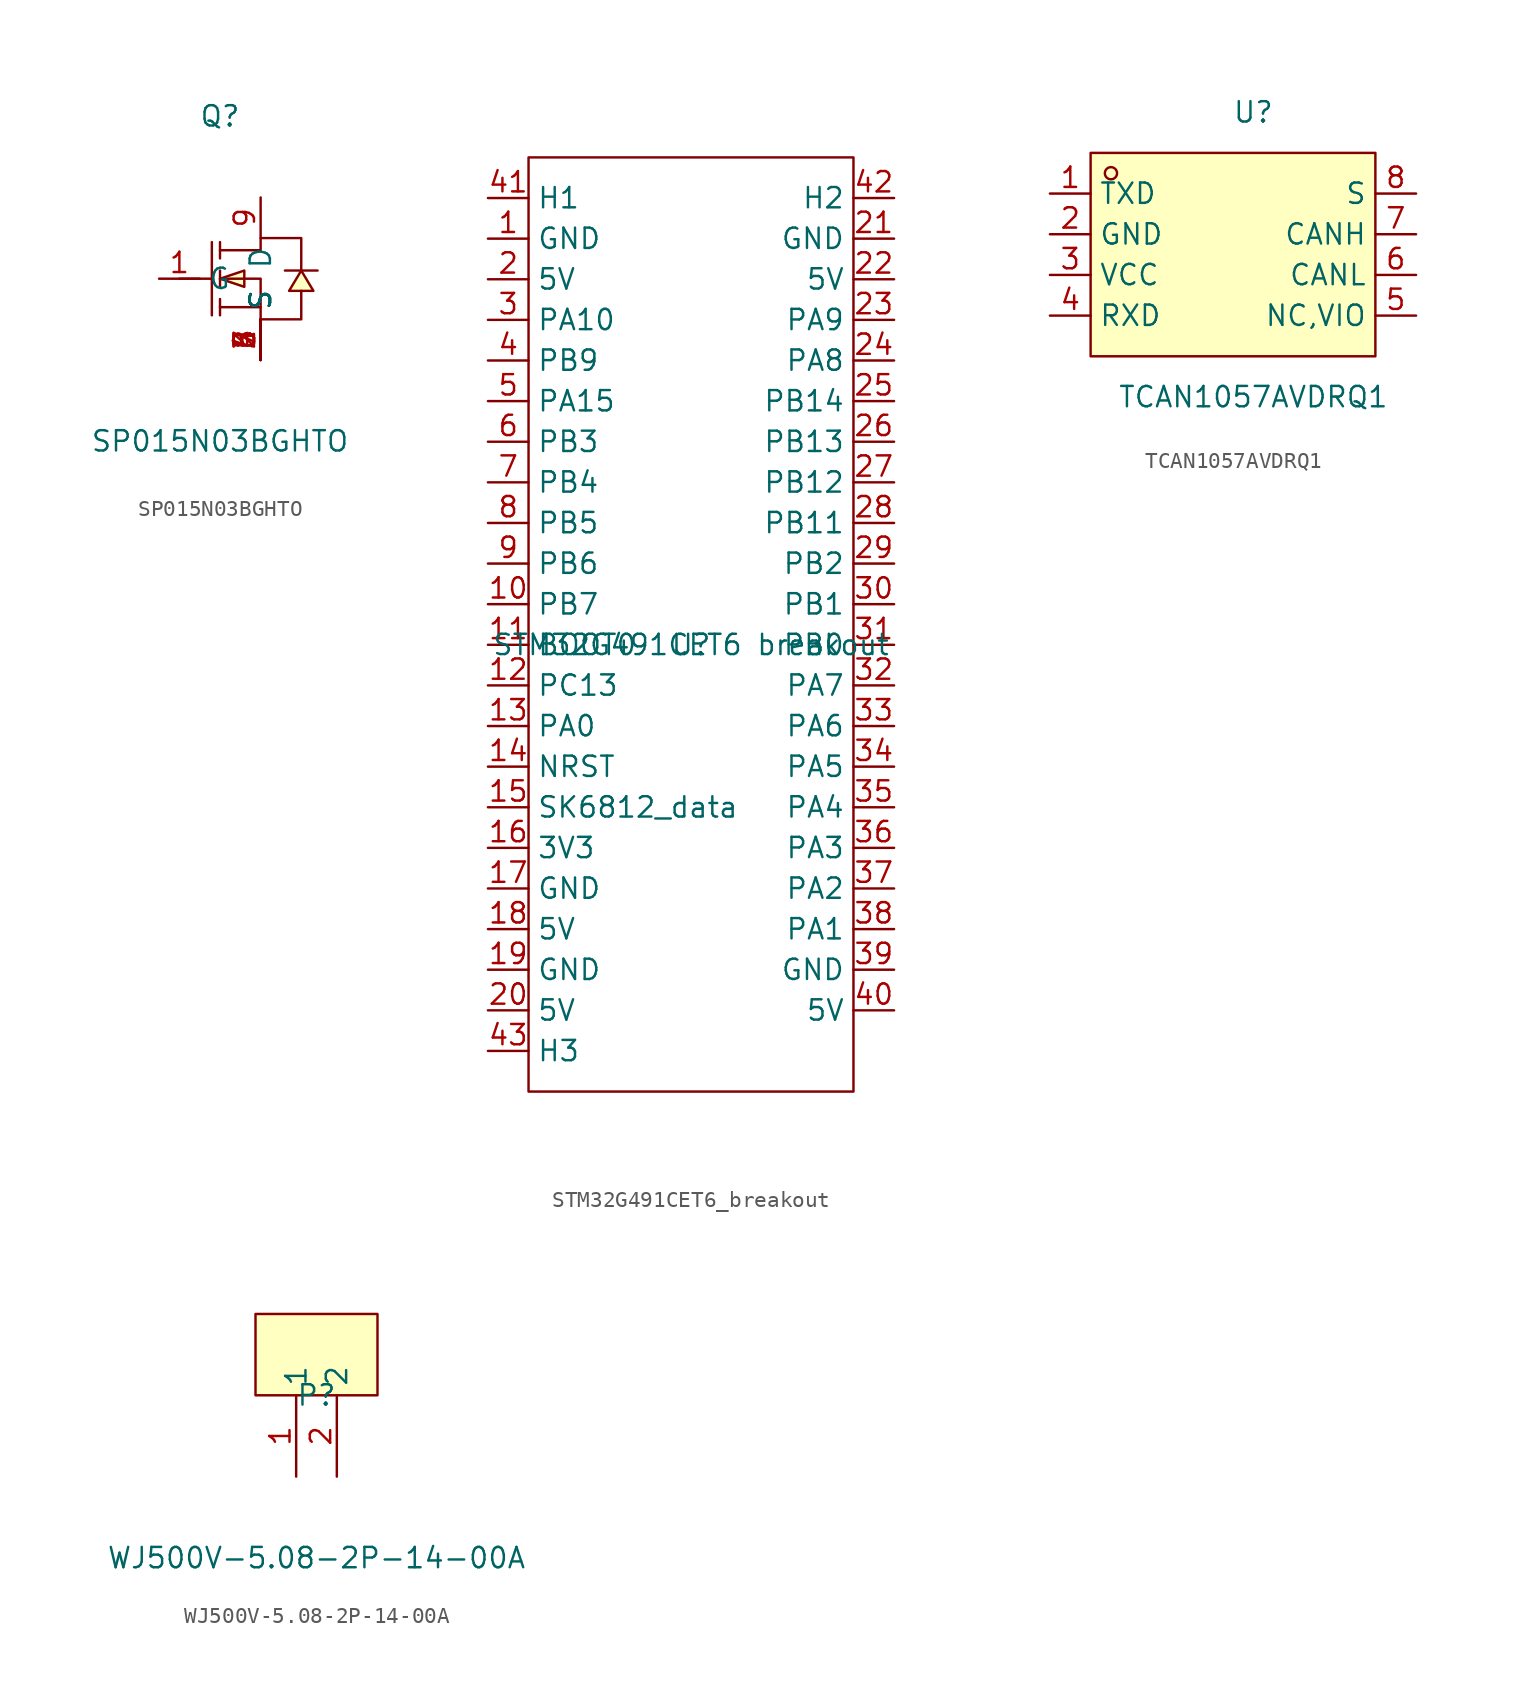
<source format=kicad_sym>
(kicad_symbol_lib
  (version 20241209)
  (generator "kicad_symbol_editor")
  (generator_version "9.0")
  (symbol "SP015N03BGHTO"
    (property "Reference" "Q"
      (at 0 10.16 0)
      (effects (font (size 1.27 1.27))))
    (property "Value" "SP015N03BGHTO"
      (at 0 -10.16 0)
      (effects (font (size 1.27 1.27))))
    (symbol "SP015N03BGHTO_0_1"
      (polyline (pts (xy -2.54 0) (xy -0.51 0)) (stroke (width 0) (type default)) (fill (type none)))
      (polyline (pts (xy -0.51 2.29) (xy -0.51 -2.29)) (stroke (width 0) (type default)) (fill (type none)))
      (polyline (pts (xy 0 2.29) (xy 0 1.27)) (stroke (width 0) (type default)) (fill (type none)))
      (polyline (pts (xy 0 1.78) (xy 2.54 1.78) (xy 2.54 2.54) (xy 5.08 2.54) (xy 5.08 0.51)) (stroke (width 0) (type default)) (fill (type none)))
      (polyline (pts (xy 0 0) (xy 1.52 -0.51) (xy 1.52 0.51) (xy 0 0)) (stroke (width 0) (type default)) (fill (type background)))
      (polyline (pts (xy 0 0) (xy 2.54 0) (xy 2.54 -2.54) (xy 5.08 -2.54) (xy 5.08 -0.76)) (stroke (width 0) (type default)) (fill (type none)))
      (polyline (pts (xy 0 -0.51) (xy 0 0.51)) (stroke (width 0) (type default)) (fill (type none)))
      (polyline (pts (xy 0 -2.29) (xy 0 -1.27)) (stroke (width 0) (type default)) (fill (type none)))
      (polyline (pts (xy 2.54 -1.78) (xy 0 -1.78)) (stroke (width 0) (type default)) (fill (type none)))
      (polyline (pts (xy 5.08 0.51) (xy 4.32 -0.76) (xy 5.84 -0.76) (xy 5.08 0.51)) (stroke (width 0) (type default)) (fill (type background)))
      (polyline (pts (xy 6.1 0.51) (xy 5.59 0.51) (xy 4.57 0.51) (xy 4.06 0.51)) (stroke (width 0) (type default)) (fill (type none)))
      (pin passive line (at 2.54 -5.08 90) (length 2.54) (name "S" (effects (font (size 1.27 1.27)))) (number "3" (effects (font (size 1.27 1.27)))))
      (pin passive line (at 2.54 -5.08 90) (length 2.54) (name "S" (effects (font (size 1.27 1.27)))) (number "4" (effects (font (size 1.27 1.27)))))
      (pin passive line (at 2.54 -5.08 90) (length 2.54) (name "S" (effects (font (size 1.27 1.27)))) (number "5" (effects (font (size 1.27 1.27)))))
      (pin passive line (at 2.54 -5.08 90) (length 2.54) (name "S" (effects (font (size 1.27 1.27)))) (number "6" (effects (font (size 1.27 1.27)))))
      (pin passive line (at 2.54 -5.08 90) (length 2.54) (name "S" (effects (font (size 1.27 1.27)))) (number "7" (effects (font (size 1.27 1.27)))))
      (pin passive line (at 2.54 -5.08 90) (length 2.54) (name "S" (effects (font (size 1.27 1.27)))) (number "8" (effects (font (size 1.27 1.27))))))
    (symbol "SP015N03BGHTO_1_1"
      (pin input line (at -3.81 0 0) (length 2.54) (name "G" (effects (font (size 1.27 1.27)))) (number "1" (effects (font (size 1.27 1.27)))))
      (pin passive line (at 2.54 5.08 270) (length 2.54) (name "D" (effects (font (size 1.27 1.27)))) (number "9" (effects (font (size 1.27 1.27)))))
      (pin passive line (at 2.54 -5.08 90) (length 2.54) (name "S" (effects (font (size 1.27 1.27)))) (number "2" (effects (font (size 1.27 1.27)))))))
  (symbol "STM32G491CET6_breakout"
    (property "Reference" "U"
      (at 0 0 0)
      (effects (font (size 1.27 1.27))))
    (property "Value" "STM32G491CET6 breakout"
      (at 0 0 0)
      (effects (font (size 1.27 1.27))))
    (symbol "STM32G491CET6_breakout_0_1"
      (rectangle (start -10.16 30.48) (end 10.16 -27.94) (stroke (width 0) (type default)) (fill (type none))))
    (symbol "STM32G491CET6_breakout_1_1"
      (pin passive line (at -12.7 27.94 0) (length 2.54) (name "H1" (effects (font (size 1.27 1.27)))) (number "41" (effects (font (size 1.27 1.27)))))
      (pin power_in line (at -12.7 25.4 0) (length 2.54) (name "GND" (effects (font (size 1.27 1.27)))) (number "1" (effects (font (size 1.27 1.27)))))
      (pin power_in line (at -12.7 22.86 0) (length 2.54) (name "5V" (effects (font (size 1.27 1.27)))) (number "2" (effects (font (size 1.27 1.27)))))
      (pin bidirectional line (at -12.7 20.32 0) (length 2.54) (name "PA10" (effects (font (size 1.27 1.27)))) (number "3" (effects (font (size 1.27 1.27)))))
      (pin bidirectional line (at -12.7 17.78 0) (length 2.54) (name "PB9" (effects (font (size 1.27 1.27)))) (number "4" (effects (font (size 1.27 1.27)))))
      (pin bidirectional line (at -12.7 15.24 0) (length 2.54) (name "PA15" (effects (font (size 1.27 1.27)))) (number "5" (effects (font (size 1.27 1.27)))))
      (pin bidirectional line (at -12.7 12.7 0) (length 2.54) (name "PB3" (effects (font (size 1.27 1.27)))) (number "6" (effects (font (size 1.27 1.27)))))
      (pin bidirectional line (at -12.7 10.16 0) (length 2.54) (name "PB4" (effects (font (size 1.27 1.27)))) (number "7" (effects (font (size 1.27 1.27)))))
      (pin bidirectional line (at -12.7 7.62 0) (length 2.54) (name "PB5" (effects (font (size 1.27 1.27)))) (number "8" (effects (font (size 1.27 1.27)))))
      (pin bidirectional line (at -12.7 5.08 0) (length 2.54) (name "PB6" (effects (font (size 1.27 1.27)))) (number "9" (effects (font (size 1.27 1.27)))))
      (pin bidirectional line (at -12.7 2.54 0) (length 2.54) (name "PB7" (effects (font (size 1.27 1.27)))) (number "10" (effects (font (size 1.27 1.27)))))
      (pin input line (at -12.7 0 0) (length 2.54) (name "BOOT0" (effects (font (size 1.27 1.27)))) (number "11" (effects (font (size 1.27 1.27)))))
      (pin bidirectional line (at -12.7 -2.54 0) (length 2.54) (name "PC13" (effects (font (size 1.27 1.27)))) (number "12" (effects (font (size 1.27 1.27)))))
      (pin bidirectional line (at -12.7 -5.08 0) (length 2.54) (name "PA0" (effects (font (size 1.27 1.27)))) (number "13" (effects (font (size 1.27 1.27)))))
      (pin input line (at -12.7 -7.62 0) (length 2.54) (name "NRST" (effects (font (size 1.27 1.27)))) (number "14" (effects (font (size 1.27 1.27)))))
      (pin bidirectional line (at -12.7 -10.16 0) (length 2.54) (name "SK6812_data" (effects (font (size 1.27 1.27)))) (number "15" (effects (font (size 1.27 1.27)))))
      (pin power_in line (at -12.7 -12.7 0) (length 2.54) (name "3V3" (effects (font (size 1.27 1.27)))) (number "16" (effects (font (size 1.27 1.27)))))
      (pin power_in line (at -12.7 -15.24 0) (length 2.54) (name "GND" (effects (font (size 1.27 1.27)))) (number "17" (effects (font (size 1.27 1.27)))))
      (pin power_in line (at -12.7 -17.78 0) (length 2.54) (name "5V" (effects (font (size 1.27 1.27)))) (number "18" (effects (font (size 1.27 1.27)))))
      (pin power_in line (at -12.7 -20.32 0) (length 2.54) (name "GND" (effects (font (size 1.27 1.27)))) (number "19" (effects (font (size 1.27 1.27)))))
      (pin power_in line (at -12.7 -22.86 0) (length 2.54) (name "5V" (effects (font (size 1.27 1.27)))) (number "20" (effects (font (size 1.27 1.27)))))
      (pin passive line (at -12.7 -25.4 0) (length 2.54) (name "H3" (effects (font (size 1.27 1.27)))) (number "43" (effects (font (size 1.27 1.27)))))
      (pin passive line (at 12.7 27.94 180) (length 2.54) (name "H2" (effects (font (size 1.27 1.27)))) (number "42" (effects (font (size 1.27 1.27)))))
      (pin power_in line (at 12.7 25.4 180) (length 2.54) (name "GND" (effects (font (size 1.27 1.27)))) (number "21" (effects (font (size 1.27 1.27)))))
      (pin power_in line (at 12.7 22.86 180) (length 2.54) (name "5V" (effects (font (size 1.27 1.27)))) (number "22" (effects (font (size 1.27 1.27)))))
      (pin bidirectional line (at 12.7 20.32 180) (length 2.54) (name "PA9" (effects (font (size 1.27 1.27)))) (number "23" (effects (font (size 1.27 1.27)))))
      (pin bidirectional line (at 12.7 17.78 180) (length 2.54) (name "PA8" (effects (font (size 1.27 1.27)))) (number "24" (effects (font (size 1.27 1.27)))))
      (pin bidirectional line (at 12.7 15.24 180) (length 2.54) (name "PB14" (effects (font (size 1.27 1.27)))) (number "25" (effects (font (size 1.27 1.27)))))
      (pin bidirectional line (at 12.7 12.7 180) (length 2.54) (name "PB13" (effects (font (size 1.27 1.27)))) (number "26" (effects (font (size 1.27 1.27)))))
      (pin bidirectional line (at 12.7 10.16 180) (length 2.54) (name "PB12" (effects (font (size 1.27 1.27)))) (number "27" (effects (font (size 1.27 1.27)))))
      (pin bidirectional line (at 12.7 7.62 180) (length 2.54) (name "PB11" (effects (font (size 1.27 1.27)))) (number "28" (effects (font (size 1.27 1.27)))))
      (pin bidirectional line (at 12.7 5.08 180) (length 2.54) (name "PB2" (effects (font (size 1.27 1.27)))) (number "29" (effects (font (size 1.27 1.27)))))
      (pin bidirectional line (at 12.7 2.54 180) (length 2.54) (name "PB1" (effects (font (size 1.27 1.27)))) (number "30" (effects (font (size 1.27 1.27)))))
      (pin bidirectional line (at 12.7 0 180) (length 2.54) (name "PB0" (effects (font (size 1.27 1.27)))) (number "31" (effects (font (size 1.27 1.27)))))
      (pin bidirectional line (at 12.7 -2.54 180) (length 2.54) (name "PA7" (effects (font (size 1.27 1.27)))) (number "32" (effects (font (size 1.27 1.27)))))
      (pin bidirectional line (at 12.7 -5.08 180) (length 2.54) (name "PA6" (effects (font (size 1.27 1.27)))) (number "33" (effects (font (size 1.27 1.27)))))
      (pin bidirectional line (at 12.7 -7.62 180) (length 2.54) (name "PA5" (effects (font (size 1.27 1.27)))) (number "34" (effects (font (size 1.27 1.27)))))
      (pin bidirectional line (at 12.7 -10.16 180) (length 2.54) (name "PA4" (effects (font (size 1.27 1.27)))) (number "35" (effects (font (size 1.27 1.27)))))
      (pin bidirectional line (at 12.7 -12.7 180) (length 2.54) (name "PA3" (effects (font (size 1.27 1.27)))) (number "36" (effects (font (size 1.27 1.27)))))
      (pin bidirectional line (at 12.7 -15.24 180) (length 2.54) (name "PA2" (effects (font (size 1.27 1.27)))) (number "37" (effects (font (size 1.27 1.27)))))
      (pin bidirectional line (at 12.7 -17.78 180) (length 2.54) (name "PA1" (effects (font (size 1.27 1.27)))) (number "38" (effects (font (size 1.27 1.27)))))
      (pin power_in line (at 12.7 -20.32 180) (length 2.54) (name "GND" (effects (font (size 1.27 1.27)))) (number "39" (effects (font (size 1.27 1.27)))))
      (pin power_in line (at 12.7 -22.86 180) (length 2.54) (name "5V" (effects (font (size 1.27 1.27)))) (number "40" (effects (font (size 1.27 1.27)))))))
  (symbol "TCAN1057AVDRQ1"
    (property "Reference" "U"
      (at 0 10.16 0)
      (effects (font (size 1.27 1.27))))
    (property "Value" "TCAN1057AVDRQ1"
      (at 0 -7.62 0)
      (effects (font (size 1.27 1.27))))
    (symbol "TCAN1057AVDRQ1_0_1"
      (rectangle (start -10.16 7.62) (end 7.62 -5.08) (stroke (width 0) (type default)) (fill (type background)))
      (circle (center -8.89 6.35) (radius 0.38) (stroke (width 0) (type default)) (fill (type none))))
    (symbol "TCAN1057AVDRQ1_1_1"
      (pin input line (at -12.7 5.08 0) (length 2.54) (name "TXD" (effects (font (size 1.27 1.27)))) (number "1" (effects (font (size 1.27 1.27)))))
      (pin power_in line (at -12.7 2.54 0) (length 2.54) (name "GND" (effects (font (size 1.27 1.27)))) (number "2" (effects (font (size 1.27 1.27)))))
      (pin power_in line (at -12.7 0 0) (length 2.54) (name "VCC" (effects (font (size 1.27 1.27)))) (number "3" (effects (font (size 1.27 1.27)))))
      (pin output line (at -12.7 -2.54 0) (length 2.54) (name "RXD" (effects (font (size 1.27 1.27)))) (number "4" (effects (font (size 1.27 1.27)))))
      (pin input line (at 10.16 5.08 180) (length 2.54) (name "S" (effects (font (size 1.27 1.27)))) (number "8" (effects (font (size 1.27 1.27)))))
      (pin bidirectional line (at 10.16 2.54 180) (length 2.54) (name "CANH" (effects (font (size 1.27 1.27)))) (number "7" (effects (font (size 1.27 1.27)))))
      (pin bidirectional line (at 10.16 0 180) (length 2.54) (name "CANL" (effects (font (size 1.27 1.27)))) (number "6" (effects (font (size 1.27 1.27)))))
      (pin power_in line (at 10.16 -2.54 180) (length 2.54) (name "NC,VIO" (effects (font (size 1.27 1.27)))) (number "5" (effects (font (size 1.27 1.27)))))))
  (symbol "WJ500V-5.08-2P-14-00A"
    (property "Reference" "P"
      (at 0 0 0)
      (effects (font (size 1.27 1.27))))
    (property "Value" "WJ500V-5.08-2P-14-00A"
      (at 0 -10.16 0)
      (effects (font (size 1.27 1.27))))
    (symbol "WJ500V-5.08-2P-14-00A_0_1"
      (rectangle (start -3.81 5.08) (end 3.81 0) (stroke (width 0) (type default)) (fill (type background))))
    (symbol "WJ500V-5.08-2P-14-00A_1_1"
      (pin passive line (at -1.27 -5.08 90) (length 5.08) (name "1" (effects (font (size 1.27 1.27)))) (number "1" (effects (font (size 1.27 1.27)))))
      (pin passive line (at 1.27 -5.08 90) (length 5.08) (name "2" (effects (font (size 1.27 1.27)))) (number "2" (effects (font (size 1.27 1.27))))))))
</source>
